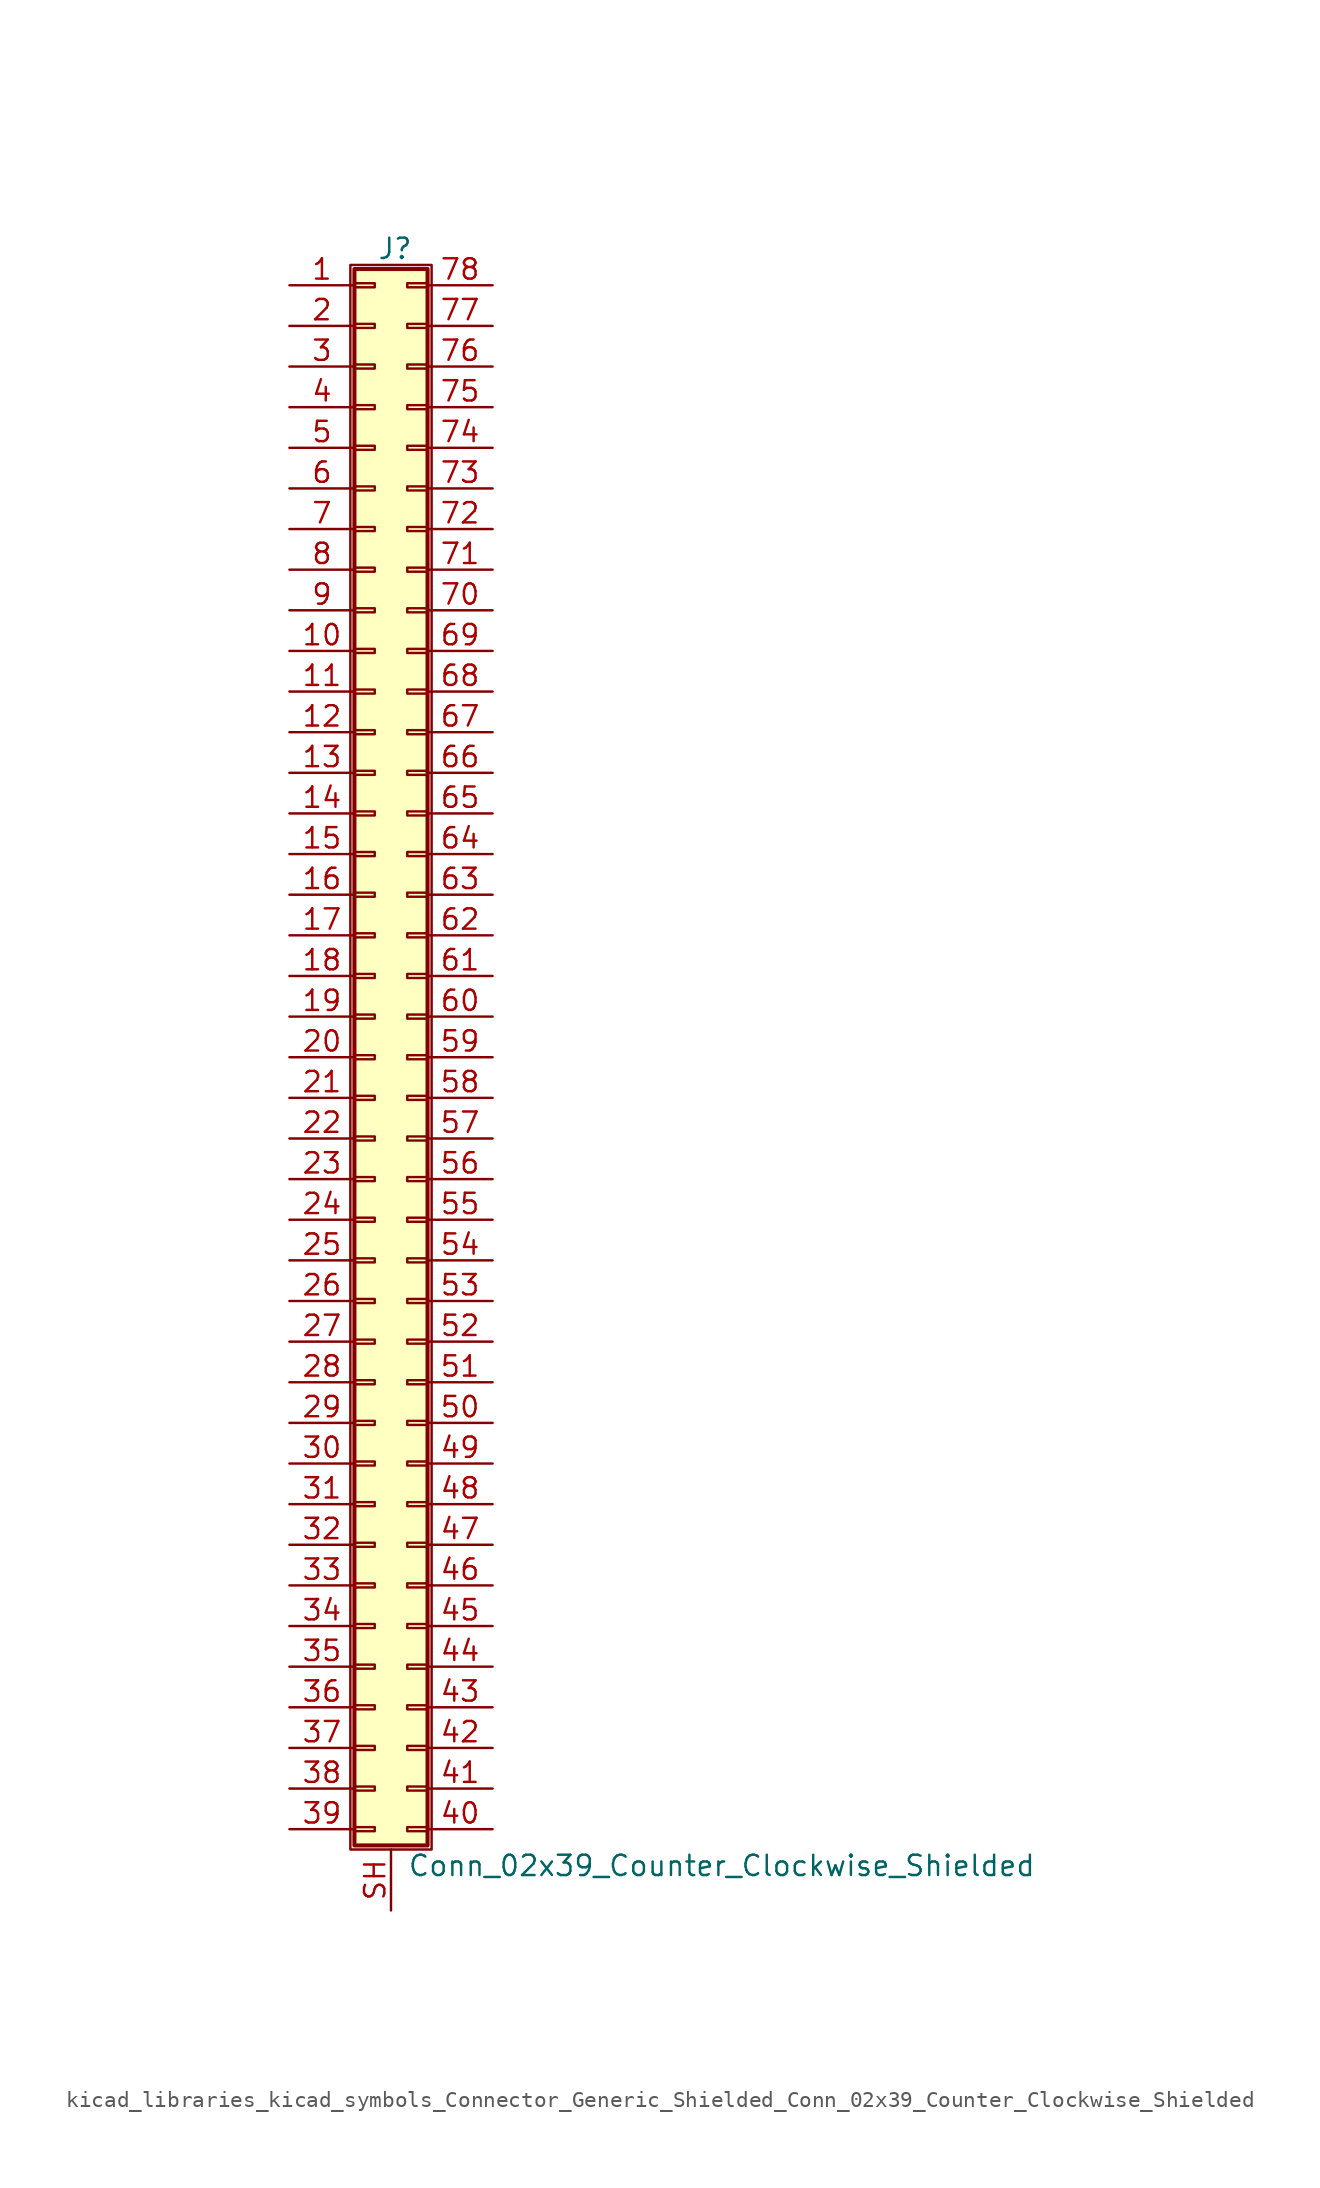
<source format=kicad_sym>
(kicad_symbol_lib
  (version 20220914)
  (generator kicad_symbol_editor)
  (symbol "kicad_libraries_kicad_symbols_Connector_Generic_Shielded_Conn_02x39_Counter_Clockwise_Shielded"
    (pin_names
      (offset 1.016) hide)
    (property "Reference" "J"
      (at 1.524 50.546 0)
      (effects (font (size 1.27 1.27))))
    (property "Value" "Conn_02x39_Counter_Clockwise_Shielded"
      (at 2.286 -50.546 0)
      (effects (font (size 1.27 1.27)) (justify left)))
    (symbol "kicad_libraries_kicad_symbols_Connector_Generic_Shielded_Conn_02x39_Counter_Clockwise_Shielded_1_1"
      (rectangle (start -1.27 49.53) (end 3.81 -49.53) (stroke (width 0.152) (type default)) (fill (type none)))
      (rectangle (start -1.016 -48.133) (end 0.254 -48.387) (stroke (width 0.152) (type default)) (fill (type none)))
      (rectangle (start -1.016 -45.593) (end 0.254 -45.847) (stroke (width 0.152) (type default)) (fill (type none)))
      (rectangle (start -1.016 -43.053) (end 0.254 -43.307) (stroke (width 0.152) (type default)) (fill (type none)))
      (rectangle (start -1.016 -40.513) (end 0.254 -40.767) (stroke (width 0.152) (type default)) (fill (type none)))
      (rectangle (start -1.016 -37.973) (end 0.254 -38.227) (stroke (width 0.152) (type default)) (fill (type none)))
      (rectangle (start -1.016 -35.433) (end 0.254 -35.687) (stroke (width 0.152) (type default)) (fill (type none)))
      (rectangle (start -1.016 -32.893) (end 0.254 -33.147) (stroke (width 0.152) (type default)) (fill (type none)))
      (rectangle (start -1.016 -30.353) (end 0.254 -30.607) (stroke (width 0.152) (type default)) (fill (type none)))
      (rectangle (start -1.016 -27.813) (end 0.254 -28.067) (stroke (width 0.152) (type default)) (fill (type none)))
      (rectangle (start -1.016 -25.273) (end 0.254 -25.527) (stroke (width 0.152) (type default)) (fill (type none)))
      (rectangle (start -1.016 -22.733) (end 0.254 -22.987) (stroke (width 0.152) (type default)) (fill (type none)))
      (rectangle (start -1.016 -20.193) (end 0.254 -20.447) (stroke (width 0.152) (type default)) (fill (type none)))
      (rectangle (start -1.016 -17.653) (end 0.254 -17.907) (stroke (width 0.152) (type default)) (fill (type none)))
      (rectangle (start -1.016 -15.113) (end 0.254 -15.367) (stroke (width 0.152) (type default)) (fill (type none)))
      (rectangle (start -1.016 -12.573) (end 0.254 -12.827) (stroke (width 0.152) (type default)) (fill (type none)))
      (rectangle (start -1.016 -10.033) (end 0.254 -10.287) (stroke (width 0.152) (type default)) (fill (type none)))
      (rectangle (start -1.016 -7.493) (end 0.254 -7.747) (stroke (width 0.152) (type default)) (fill (type none)))
      (rectangle (start -1.016 -4.953) (end 0.254 -5.207) (stroke (width 0.152) (type default)) (fill (type none)))
      (rectangle (start -1.016 -2.413) (end 0.254 -2.667) (stroke (width 0.152) (type default)) (fill (type none)))
      (rectangle (start -1.016 0.127) (end 0.254 -0.127) (stroke (width 0.152) (type default)) (fill (type none)))
      (rectangle (start -1.016 2.667) (end 0.254 2.413) (stroke (width 0.152) (type default)) (fill (type none)))
      (rectangle (start -1.016 5.207) (end 0.254 4.953) (stroke (width 0.152) (type default)) (fill (type none)))
      (rectangle (start -1.016 7.747) (end 0.254 7.493) (stroke (width 0.152) (type default)) (fill (type none)))
      (rectangle (start -1.016 10.287) (end 0.254 10.033) (stroke (width 0.152) (type default)) (fill (type none)))
      (rectangle (start -1.016 12.827) (end 0.254 12.573) (stroke (width 0.152) (type default)) (fill (type none)))
      (rectangle (start -1.016 15.367) (end 0.254 15.113) (stroke (width 0.152) (type default)) (fill (type none)))
      (rectangle (start -1.016 17.907) (end 0.254 17.653) (stroke (width 0.152) (type default)) (fill (type none)))
      (rectangle (start -1.016 20.447) (end 0.254 20.193) (stroke (width 0.152) (type default)) (fill (type none)))
      (rectangle (start -1.016 22.987) (end 0.254 22.733) (stroke (width 0.152) (type default)) (fill (type none)))
      (rectangle (start -1.016 25.527) (end 0.254 25.273) (stroke (width 0.152) (type default)) (fill (type none)))
      (rectangle (start -1.016 28.067) (end 0.254 27.813) (stroke (width 0.152) (type default)) (fill (type none)))
      (rectangle (start -1.016 30.607) (end 0.254 30.353) (stroke (width 0.152) (type default)) (fill (type none)))
      (rectangle (start -1.016 33.147) (end 0.254 32.893) (stroke (width 0.152) (type default)) (fill (type none)))
      (rectangle (start -1.016 35.687) (end 0.254 35.433) (stroke (width 0.152) (type default)) (fill (type none)))
      (rectangle (start -1.016 38.227) (end 0.254 37.973) (stroke (width 0.152) (type default)) (fill (type none)))
      (rectangle (start -1.016 40.767) (end 0.254 40.513) (stroke (width 0.152) (type default)) (fill (type none)))
      (rectangle (start -1.016 43.307) (end 0.254 43.053) (stroke (width 0.152) (type default)) (fill (type none)))
      (rectangle (start -1.016 45.847) (end 0.254 45.593) (stroke (width 0.152) (type default)) (fill (type none)))
      (rectangle (start -1.016 48.387) (end 0.254 48.133) (stroke (width 0.152) (type default)) (fill (type none)))
      (rectangle (start -1.016 49.276) (end 3.556 -49.276) (stroke (width 0.254) (type default)) (fill (type background)))
      (rectangle (start 3.556 -48.133) (end 2.286 -48.387) (stroke (width 0.152) (type default)) (fill (type none)))
      (rectangle (start 3.556 -45.593) (end 2.286 -45.847) (stroke (width 0.152) (type default)) (fill (type none)))
      (rectangle (start 3.556 -43.053) (end 2.286 -43.307) (stroke (width 0.152) (type default)) (fill (type none)))
      (rectangle (start 3.556 -40.513) (end 2.286 -40.767) (stroke (width 0.152) (type default)) (fill (type none)))
      (rectangle (start 3.556 -37.973) (end 2.286 -38.227) (stroke (width 0.152) (type default)) (fill (type none)))
      (rectangle (start 3.556 -35.433) (end 2.286 -35.687) (stroke (width 0.152) (type default)) (fill (type none)))
      (rectangle (start 3.556 -32.893) (end 2.286 -33.147) (stroke (width 0.152) (type default)) (fill (type none)))
      (rectangle (start 3.556 -30.353) (end 2.286 -30.607) (stroke (width 0.152) (type default)) (fill (type none)))
      (rectangle (start 3.556 -27.813) (end 2.286 -28.067) (stroke (width 0.152) (type default)) (fill (type none)))
      (rectangle (start 3.556 -25.273) (end 2.286 -25.527) (stroke (width 0.152) (type default)) (fill (type none)))
      (rectangle (start 3.556 -22.733) (end 2.286 -22.987) (stroke (width 0.152) (type default)) (fill (type none)))
      (rectangle (start 3.556 -20.193) (end 2.286 -20.447) (stroke (width 0.152) (type default)) (fill (type none)))
      (rectangle (start 3.556 -17.653) (end 2.286 -17.907) (stroke (width 0.152) (type default)) (fill (type none)))
      (rectangle (start 3.556 -15.113) (end 2.286 -15.367) (stroke (width 0.152) (type default)) (fill (type none)))
      (rectangle (start 3.556 -12.573) (end 2.286 -12.827) (stroke (width 0.152) (type default)) (fill (type none)))
      (rectangle (start 3.556 -10.033) (end 2.286 -10.287) (stroke (width 0.152) (type default)) (fill (type none)))
      (rectangle (start 3.556 -7.493) (end 2.286 -7.747) (stroke (width 0.152) (type default)) (fill (type none)))
      (rectangle (start 3.556 -4.953) (end 2.286 -5.207) (stroke (width 0.152) (type default)) (fill (type none)))
      (rectangle (start 3.556 -2.413) (end 2.286 -2.667) (stroke (width 0.152) (type default)) (fill (type none)))
      (rectangle (start 3.556 0.127) (end 2.286 -0.127) (stroke (width 0.152) (type default)) (fill (type none)))
      (rectangle (start 3.556 2.667) (end 2.286 2.413) (stroke (width 0.152) (type default)) (fill (type none)))
      (rectangle (start 3.556 5.207) (end 2.286 4.953) (stroke (width 0.152) (type default)) (fill (type none)))
      (rectangle (start 3.556 7.747) (end 2.286 7.493) (stroke (width 0.152) (type default)) (fill (type none)))
      (rectangle (start 3.556 10.287) (end 2.286 10.033) (stroke (width 0.152) (type default)) (fill (type none)))
      (rectangle (start 3.556 12.827) (end 2.286 12.573) (stroke (width 0.152) (type default)) (fill (type none)))
      (rectangle (start 3.556 15.367) (end 2.286 15.113) (stroke (width 0.152) (type default)) (fill (type none)))
      (rectangle (start 3.556 17.907) (end 2.286 17.653) (stroke (width 0.152) (type default)) (fill (type none)))
      (rectangle (start 3.556 20.447) (end 2.286 20.193) (stroke (width 0.152) (type default)) (fill (type none)))
      (rectangle (start 3.556 22.987) (end 2.286 22.733) (stroke (width 0.152) (type default)) (fill (type none)))
      (rectangle (start 3.556 25.527) (end 2.286 25.273) (stroke (width 0.152) (type default)) (fill (type none)))
      (rectangle (start 3.556 28.067) (end 2.286 27.813) (stroke (width 0.152) (type default)) (fill (type none)))
      (rectangle (start 3.556 30.607) (end 2.286 30.353) (stroke (width 0.152) (type default)) (fill (type none)))
      (rectangle (start 3.556 33.147) (end 2.286 32.893) (stroke (width 0.152) (type default)) (fill (type none)))
      (rectangle (start 3.556 35.687) (end 2.286 35.433) (stroke (width 0.152) (type default)) (fill (type none)))
      (rectangle (start 3.556 38.227) (end 2.286 37.973) (stroke (width 0.152) (type default)) (fill (type none)))
      (rectangle (start 3.556 40.767) (end 2.286 40.513) (stroke (width 0.152) (type default)) (fill (type none)))
      (rectangle (start 3.556 43.307) (end 2.286 43.053) (stroke (width 0.152) (type default)) (fill (type none)))
      (rectangle (start 3.556 45.847) (end 2.286 45.593) (stroke (width 0.152) (type default)) (fill (type none)))
      (rectangle (start 3.556 48.387) (end 2.286 48.133) (stroke (width 0.152) (type default)) (fill (type none)))
      (pin passive line (at -5.08 48.26 0) (length 4.064) (name "Pin_1" (effects (font (size 1.27 1.27)))) (number "1" (effects (font (size 1.27 1.27)))))
      (pin passive line (at -5.08 25.4 0) (length 4.064) (name "Pin_10" (effects (font (size 1.27 1.27)))) (number "10" (effects (font (size 1.27 1.27)))))
      (pin passive line (at -5.08 22.86 0) (length 4.064) (name "Pin_11" (effects (font (size 1.27 1.27)))) (number "11" (effects (font (size 1.27 1.27)))))
      (pin passive line (at -5.08 20.32 0) (length 4.064) (name "Pin_12" (effects (font (size 1.27 1.27)))) (number "12" (effects (font (size 1.27 1.27)))))
      (pin passive line (at -5.08 17.78 0) (length 4.064) (name "Pin_13" (effects (font (size 1.27 1.27)))) (number "13" (effects (font (size 1.27 1.27)))))
      (pin passive line (at -5.08 15.24 0) (length 4.064) (name "Pin_14" (effects (font (size 1.27 1.27)))) (number "14" (effects (font (size 1.27 1.27)))))
      (pin passive line (at -5.08 12.7 0) (length 4.064) (name "Pin_15" (effects (font (size 1.27 1.27)))) (number "15" (effects (font (size 1.27 1.27)))))
      (pin passive line (at -5.08 10.16 0) (length 4.064) (name "Pin_16" (effects (font (size 1.27 1.27)))) (number "16" (effects (font (size 1.27 1.27)))))
      (pin passive line (at -5.08 7.62 0) (length 4.064) (name "Pin_17" (effects (font (size 1.27 1.27)))) (number "17" (effects (font (size 1.27 1.27)))))
      (pin passive line (at -5.08 5.08 0) (length 4.064) (name "Pin_18" (effects (font (size 1.27 1.27)))) (number "18" (effects (font (size 1.27 1.27)))))
      (pin passive line (at -5.08 2.54 0) (length 4.064) (name "Pin_19" (effects (font (size 1.27 1.27)))) (number "19" (effects (font (size 1.27 1.27)))))
      (pin passive line (at -5.08 45.72 0) (length 4.064) (name "Pin_2" (effects (font (size 1.27 1.27)))) (number "2" (effects (font (size 1.27 1.27)))))
      (pin passive line (at -5.08 0 0) (length 4.064) (name "Pin_20" (effects (font (size 1.27 1.27)))) (number "20" (effects (font (size 1.27 1.27)))))
      (pin passive line (at -5.08 -2.54 0) (length 4.064) (name "Pin_21" (effects (font (size 1.27 1.27)))) (number "21" (effects (font (size 1.27 1.27)))))
      (pin passive line (at -5.08 -5.08 0) (length 4.064) (name "Pin_22" (effects (font (size 1.27 1.27)))) (number "22" (effects (font (size 1.27 1.27)))))
      (pin passive line (at -5.08 -7.62 0) (length 4.064) (name "Pin_23" (effects (font (size 1.27 1.27)))) (number "23" (effects (font (size 1.27 1.27)))))
      (pin passive line (at -5.08 -10.16 0) (length 4.064) (name "Pin_24" (effects (font (size 1.27 1.27)))) (number "24" (effects (font (size 1.27 1.27)))))
      (pin passive line (at -5.08 -12.7 0) (length 4.064) (name "Pin_25" (effects (font (size 1.27 1.27)))) (number "25" (effects (font (size 1.27 1.27)))))
      (pin passive line (at -5.08 -15.24 0) (length 4.064) (name "Pin_26" (effects (font (size 1.27 1.27)))) (number "26" (effects (font (size 1.27 1.27)))))
      (pin passive line (at -5.08 -17.78 0) (length 4.064) (name "Pin_27" (effects (font (size 1.27 1.27)))) (number "27" (effects (font (size 1.27 1.27)))))
      (pin passive line (at -5.08 -20.32 0) (length 4.064) (name "Pin_28" (effects (font (size 1.27 1.27)))) (number "28" (effects (font (size 1.27 1.27)))))
      (pin passive line (at -5.08 -22.86 0) (length 4.064) (name "Pin_29" (effects (font (size 1.27 1.27)))) (number "29" (effects (font (size 1.27 1.27)))))
      (pin passive line (at -5.08 43.18 0) (length 4.064) (name "Pin_3" (effects (font (size 1.27 1.27)))) (number "3" (effects (font (size 1.27 1.27)))))
      (pin passive line (at -5.08 -25.4 0) (length 4.064) (name "Pin_30" (effects (font (size 1.27 1.27)))) (number "30" (effects (font (size 1.27 1.27)))))
      (pin passive line (at -5.08 -27.94 0) (length 4.064) (name "Pin_31" (effects (font (size 1.27 1.27)))) (number "31" (effects (font (size 1.27 1.27)))))
      (pin passive line (at -5.08 -30.48 0) (length 4.064) (name "Pin_32" (effects (font (size 1.27 1.27)))) (number "32" (effects (font (size 1.27 1.27)))))
      (pin passive line (at -5.08 -33.02 0) (length 4.064) (name "Pin_33" (effects (font (size 1.27 1.27)))) (number "33" (effects (font (size 1.27 1.27)))))
      (pin passive line (at -5.08 -35.56 0) (length 4.064) (name "Pin_34" (effects (font (size 1.27 1.27)))) (number "34" (effects (font (size 1.27 1.27)))))
      (pin passive line (at -5.08 -38.1 0) (length 4.064) (name "Pin_35" (effects (font (size 1.27 1.27)))) (number "35" (effects (font (size 1.27 1.27)))))
      (pin passive line (at -5.08 -40.64 0) (length 4.064) (name "Pin_36" (effects (font (size 1.27 1.27)))) (number "36" (effects (font (size 1.27 1.27)))))
      (pin passive line (at -5.08 -43.18 0) (length 4.064) (name "Pin_37" (effects (font (size 1.27 1.27)))) (number "37" (effects (font (size 1.27 1.27)))))
      (pin passive line (at -5.08 -45.72 0) (length 4.064) (name "Pin_38" (effects (font (size 1.27 1.27)))) (number "38" (effects (font (size 1.27 1.27)))))
      (pin passive line (at -5.08 -48.26 0) (length 4.064) (name "Pin_39" (effects (font (size 1.27 1.27)))) (number "39" (effects (font (size 1.27 1.27)))))
      (pin passive line (at -5.08 40.64 0) (length 4.064) (name "Pin_4" (effects (font (size 1.27 1.27)))) (number "4" (effects (font (size 1.27 1.27)))))
      (pin passive line (at 7.62 -48.26 180) (length 4.064) (name "Pin_40" (effects (font (size 1.27 1.27)))) (number "40" (effects (font (size 1.27 1.27)))))
      (pin passive line (at 7.62 -45.72 180) (length 4.064) (name "Pin_41" (effects (font (size 1.27 1.27)))) (number "41" (effects (font (size 1.27 1.27)))))
      (pin passive line (at 7.62 -43.18 180) (length 4.064) (name "Pin_42" (effects (font (size 1.27 1.27)))) (number "42" (effects (font (size 1.27 1.27)))))
      (pin passive line (at 7.62 -40.64 180) (length 4.064) (name "Pin_43" (effects (font (size 1.27 1.27)))) (number "43" (effects (font (size 1.27 1.27)))))
      (pin passive line (at 7.62 -38.1 180) (length 4.064) (name "Pin_44" (effects (font (size 1.27 1.27)))) (number "44" (effects (font (size 1.27 1.27)))))
      (pin passive line (at 7.62 -35.56 180) (length 4.064) (name "Pin_45" (effects (font (size 1.27 1.27)))) (number "45" (effects (font (size 1.27 1.27)))))
      (pin passive line (at 7.62 -33.02 180) (length 4.064) (name "Pin_46" (effects (font (size 1.27 1.27)))) (number "46" (effects (font (size 1.27 1.27)))))
      (pin passive line (at 7.62 -30.48 180) (length 4.064) (name "Pin_47" (effects (font (size 1.27 1.27)))) (number "47" (effects (font (size 1.27 1.27)))))
      (pin passive line (at 7.62 -27.94 180) (length 4.064) (name "Pin_48" (effects (font (size 1.27 1.27)))) (number "48" (effects (font (size 1.27 1.27)))))
      (pin passive line (at 7.62 -25.4 180) (length 4.064) (name "Pin_49" (effects (font (size 1.27 1.27)))) (number "49" (effects (font (size 1.27 1.27)))))
      (pin passive line (at -5.08 38.1 0) (length 4.064) (name "Pin_5" (effects (font (size 1.27 1.27)))) (number "5" (effects (font (size 1.27 1.27)))))
      (pin passive line (at 7.62 -22.86 180) (length 4.064) (name "Pin_50" (effects (font (size 1.27 1.27)))) (number "50" (effects (font (size 1.27 1.27)))))
      (pin passive line (at 7.62 -20.32 180) (length 4.064) (name "Pin_51" (effects (font (size 1.27 1.27)))) (number "51" (effects (font (size 1.27 1.27)))))
      (pin passive line (at 7.62 -17.78 180) (length 4.064) (name "Pin_52" (effects (font (size 1.27 1.27)))) (number "52" (effects (font (size 1.27 1.27)))))
      (pin passive line (at 7.62 -15.24 180) (length 4.064) (name "Pin_53" (effects (font (size 1.27 1.27)))) (number "53" (effects (font (size 1.27 1.27)))))
      (pin passive line (at 7.62 -12.7 180) (length 4.064) (name "Pin_54" (effects (font (size 1.27 1.27)))) (number "54" (effects (font (size 1.27 1.27)))))
      (pin passive line (at 7.62 -10.16 180) (length 4.064) (name "Pin_55" (effects (font (size 1.27 1.27)))) (number "55" (effects (font (size 1.27 1.27)))))
      (pin passive line (at 7.62 -7.62 180) (length 4.064) (name "Pin_56" (effects (font (size 1.27 1.27)))) (number "56" (effects (font (size 1.27 1.27)))))
      (pin passive line (at 7.62 -5.08 180) (length 4.064) (name "Pin_57" (effects (font (size 1.27 1.27)))) (number "57" (effects (font (size 1.27 1.27)))))
      (pin passive line (at 7.62 -2.54 180) (length 4.064) (name "Pin_58" (effects (font (size 1.27 1.27)))) (number "58" (effects (font (size 1.27 1.27)))))
      (pin passive line (at 7.62 0 180) (length 4.064) (name "Pin_59" (effects (font (size 1.27 1.27)))) (number "59" (effects (font (size 1.27 1.27)))))
      (pin passive line (at -5.08 35.56 0) (length 4.064) (name "Pin_6" (effects (font (size 1.27 1.27)))) (number "6" (effects (font (size 1.27 1.27)))))
      (pin passive line (at 7.62 2.54 180) (length 4.064) (name "Pin_60" (effects (font (size 1.27 1.27)))) (number "60" (effects (font (size 1.27 1.27)))))
      (pin passive line (at 7.62 5.08 180) (length 4.064) (name "Pin_61" (effects (font (size 1.27 1.27)))) (number "61" (effects (font (size 1.27 1.27)))))
      (pin passive line (at 7.62 7.62 180) (length 4.064) (name "Pin_62" (effects (font (size 1.27 1.27)))) (number "62" (effects (font (size 1.27 1.27)))))
      (pin passive line (at 7.62 10.16 180) (length 4.064) (name "Pin_63" (effects (font (size 1.27 1.27)))) (number "63" (effects (font (size 1.27 1.27)))))
      (pin passive line (at 7.62 12.7 180) (length 4.064) (name "Pin_64" (effects (font (size 1.27 1.27)))) (number "64" (effects (font (size 1.27 1.27)))))
      (pin passive line (at 7.62 15.24 180) (length 4.064) (name "Pin_65" (effects (font (size 1.27 1.27)))) (number "65" (effects (font (size 1.27 1.27)))))
      (pin passive line (at 7.62 17.78 180) (length 4.064) (name "Pin_66" (effects (font (size 1.27 1.27)))) (number "66" (effects (font (size 1.27 1.27)))))
      (pin passive line (at 7.62 20.32 180) (length 4.064) (name "Pin_67" (effects (font (size 1.27 1.27)))) (number "67" (effects (font (size 1.27 1.27)))))
      (pin passive line (at 7.62 22.86 180) (length 4.064) (name "Pin_68" (effects (font (size 1.27 1.27)))) (number "68" (effects (font (size 1.27 1.27)))))
      (pin passive line (at 7.62 25.4 180) (length 4.064) (name "Pin_69" (effects (font (size 1.27 1.27)))) (number "69" (effects (font (size 1.27 1.27)))))
      (pin passive line (at -5.08 33.02 0) (length 4.064) (name "Pin_7" (effects (font (size 1.27 1.27)))) (number "7" (effects (font (size 1.27 1.27)))))
      (pin passive line (at 7.62 27.94 180) (length 4.064) (name "Pin_70" (effects (font (size 1.27 1.27)))) (number "70" (effects (font (size 1.27 1.27)))))
      (pin passive line (at 7.62 30.48 180) (length 4.064) (name "Pin_71" (effects (font (size 1.27 1.27)))) (number "71" (effects (font (size 1.27 1.27)))))
      (pin passive line (at 7.62 33.02 180) (length 4.064) (name "Pin_72" (effects (font (size 1.27 1.27)))) (number "72" (effects (font (size 1.27 1.27)))))
      (pin passive line (at 7.62 35.56 180) (length 4.064) (name "Pin_73" (effects (font (size 1.27 1.27)))) (number "73" (effects (font (size 1.27 1.27)))))
      (pin passive line (at 7.62 38.1 180) (length 4.064) (name "Pin_74" (effects (font (size 1.27 1.27)))) (number "74" (effects (font (size 1.27 1.27)))))
      (pin passive line (at 7.62 40.64 180) (length 4.064) (name "Pin_75" (effects (font (size 1.27 1.27)))) (number "75" (effects (font (size 1.27 1.27)))))
      (pin passive line (at 7.62 43.18 180) (length 4.064) (name "Pin_76" (effects (font (size 1.27 1.27)))) (number "76" (effects (font (size 1.27 1.27)))))
      (pin passive line (at 7.62 45.72 180) (length 4.064) (name "Pin_77" (effects (font (size 1.27 1.27)))) (number "77" (effects (font (size 1.27 1.27)))))
      (pin passive line (at 7.62 48.26 180) (length 4.064) (name "Pin_78" (effects (font (size 1.27 1.27)))) (number "78" (effects (font (size 1.27 1.27)))))
      (pin passive line (at -5.08 30.48 0) (length 4.064) (name "Pin_8" (effects (font (size 1.27 1.27)))) (number "8" (effects (font (size 1.27 1.27)))))
      (pin passive line (at -5.08 27.94 0) (length 4.064) (name "Pin_9" (effects (font (size 1.27 1.27)))) (number "9" (effects (font (size 1.27 1.27)))))
      (pin passive line (at 1.27 -53.34 90) (length 3.81) (name "Shield" (effects (font (size 1.27 1.27)))) (number "SH" (effects (font (size 1.27 1.27))))))))
</source>
